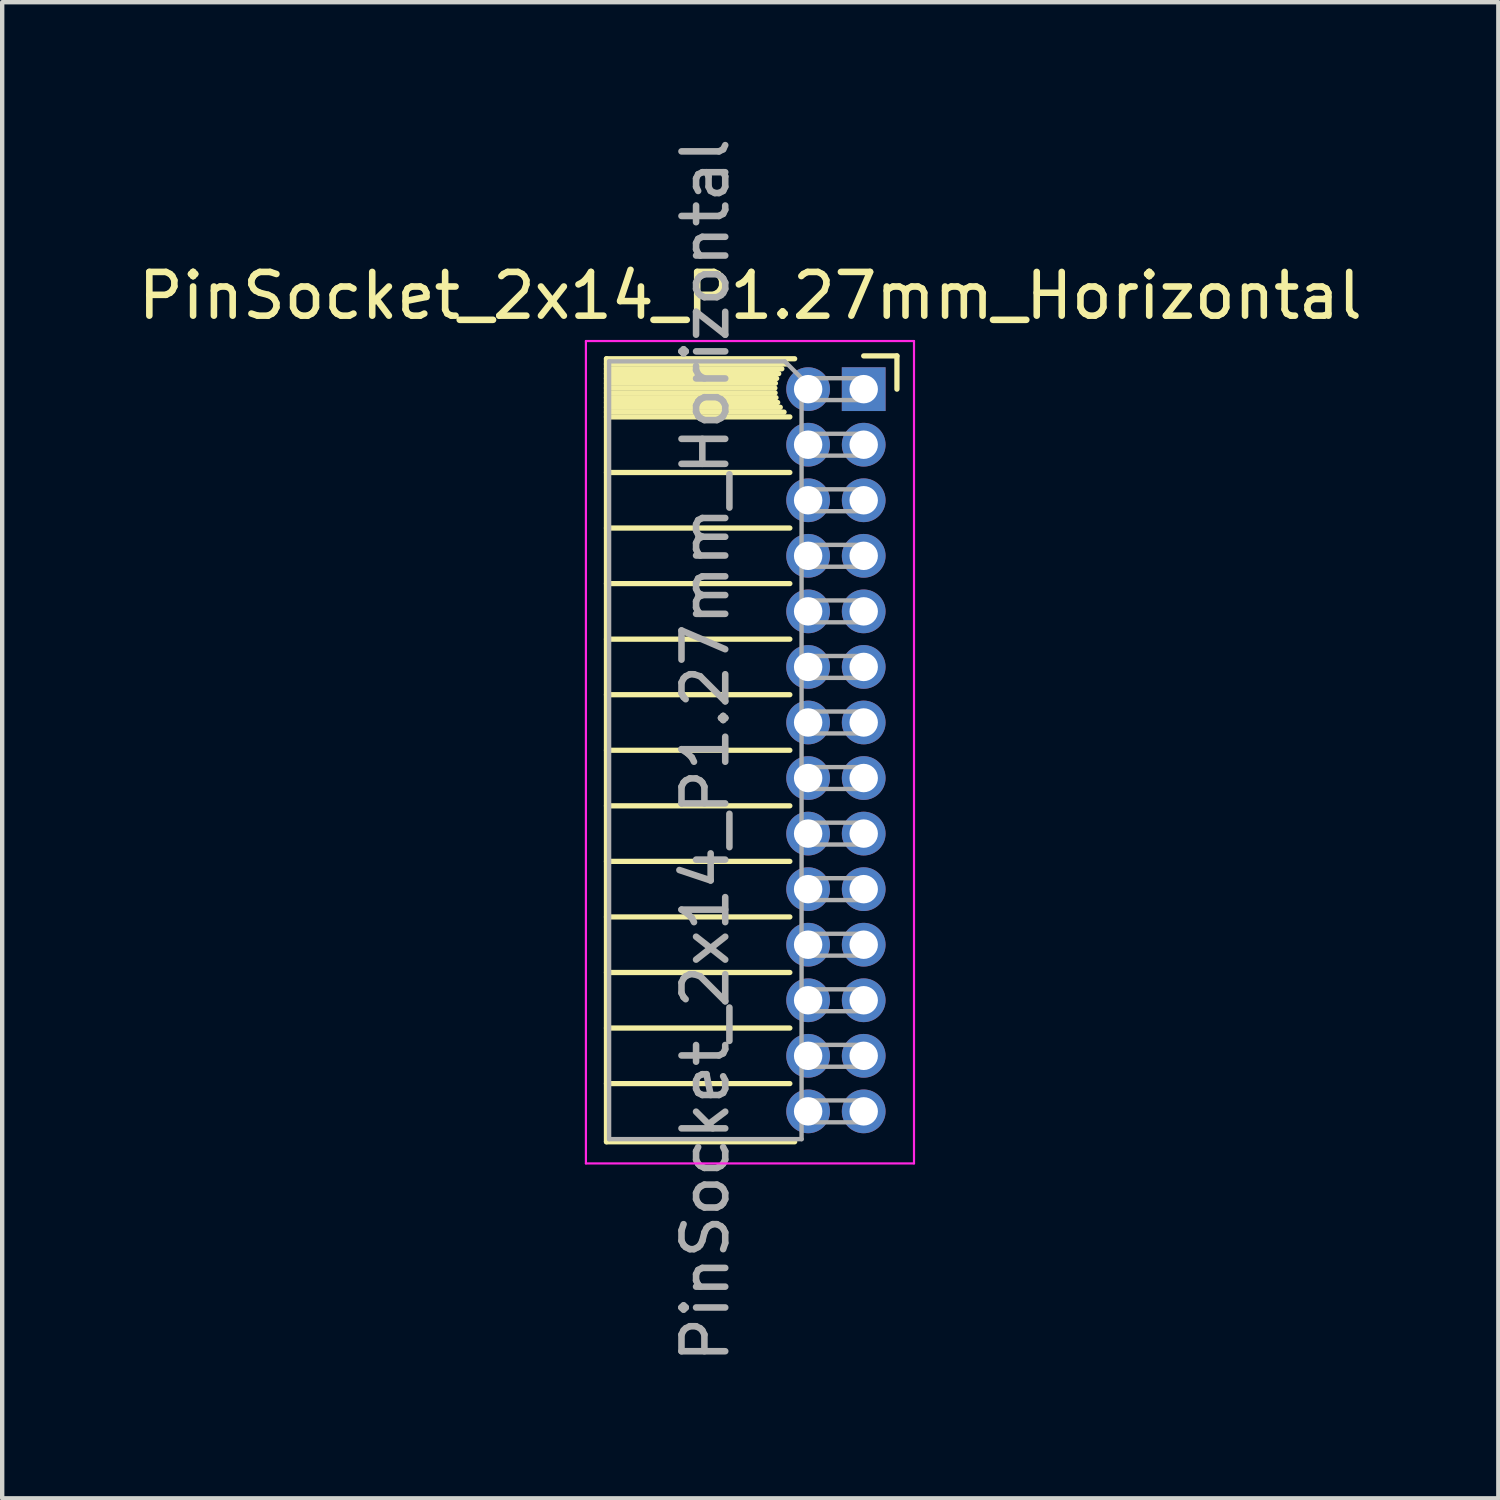
<source format=kicad_pcb>
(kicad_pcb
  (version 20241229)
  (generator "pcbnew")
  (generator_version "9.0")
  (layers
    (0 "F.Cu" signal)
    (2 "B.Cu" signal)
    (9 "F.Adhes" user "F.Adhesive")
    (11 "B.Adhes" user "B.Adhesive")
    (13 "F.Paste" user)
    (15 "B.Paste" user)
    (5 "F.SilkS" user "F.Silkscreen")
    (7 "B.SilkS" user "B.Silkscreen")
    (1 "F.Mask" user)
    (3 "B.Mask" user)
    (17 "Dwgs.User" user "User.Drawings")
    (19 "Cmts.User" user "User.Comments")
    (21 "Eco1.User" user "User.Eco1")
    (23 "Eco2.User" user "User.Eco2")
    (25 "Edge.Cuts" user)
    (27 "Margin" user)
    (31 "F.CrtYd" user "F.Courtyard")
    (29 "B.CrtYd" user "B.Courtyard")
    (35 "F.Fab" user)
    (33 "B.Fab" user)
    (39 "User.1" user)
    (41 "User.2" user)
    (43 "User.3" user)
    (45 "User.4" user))
  (footprint "PinSocket_2x14_P1.27mm_Horizontal"
    (layer "F.Cu")
    (at 16.694 5.846)
    (property "Reference" "PinSocket_2x14_P1.27mm_Horizontal" (at -2.592 -2.135 0) (layer "F.SilkS") (effects (font (size 1 1) (thickness 0.15))))
    (attr through_hole)
    (fp_line (start -5.88 -0.695) (end -5.88 17.205) (stroke (width 0.12) (type solid)) (layer "F.SilkS"))
    (fp_line (start -5.88 -0.695) (end -1.578 -0.695) (stroke (width 0.12) (type solid)) (layer "F.SilkS"))
    (fp_line (start -5.88 -0.575) (end -1.767 -0.575) (stroke (width 0.12) (type solid)) (layer "F.SilkS"))
    (fp_line (start -5.88 -0.465) (end -1.871 -0.465) (stroke (width 0.12) (type solid)) (layer "F.SilkS"))
    (fp_line (start -5.88 -0.355) (end -1.942 -0.355) (stroke (width 0.12) (type solid)) (layer "F.SilkS"))
    (fp_line (start -5.88 -0.245) (end -1.989 -0.245) (stroke (width 0.12) (type solid)) (layer "F.SilkS"))
    (fp_line (start -5.88 -0.135) (end -2.018 -0.135) (stroke (width 0.12) (type solid)) (layer "F.SilkS"))
    (fp_line (start -5.88 -0.025) (end -2.03 -0.025) (stroke (width 0.12) (type solid)) (layer "F.SilkS"))
    (fp_line (start -5.88 0.085) (end -2.025 0.085) (stroke (width 0.12) (type solid)) (layer "F.SilkS"))
    (fp_line (start -5.88 0.195) (end -2.005 0.195) (stroke (width 0.12) (type solid)) (layer "F.SilkS"))
    (fp_line (start -5.88 0.305) (end -1.966 0.305) (stroke (width 0.12) (type solid)) (layer "F.SilkS"))
    (fp_line (start -5.88 0.415) (end -1.907 0.415) (stroke (width 0.12) (type solid)) (layer "F.SilkS"))
    (fp_line (start -5.88 0.525) (end -1.82 0.525) (stroke (width 0.12) (type solid)) (layer "F.SilkS"))
    (fp_line (start -5.88 0.635) (end -1.688 0.635) (stroke (width 0.12) (type solid)) (layer "F.SilkS"))
    (fp_line (start -5.88 1.905) (end -1.688 1.905) (stroke (width 0.12) (type solid)) (layer "F.SilkS"))
    (fp_line (start -5.88 3.175) (end -1.688 3.175) (stroke (width 0.12) (type solid)) (layer "F.SilkS"))
    (fp_line (start -5.88 4.445) (end -1.688 4.445) (stroke (width 0.12) (type solid)) (layer "F.SilkS"))
    (fp_line (start -5.88 5.715) (end -1.688 5.715) (stroke (width 0.12) (type solid)) (layer "F.SilkS"))
    (fp_line (start -5.88 6.985) (end -1.688 6.985) (stroke (width 0.12) (type solid)) (layer "F.SilkS"))
    (fp_line (start -5.88 8.255) (end -1.688 8.255) (stroke (width 0.12) (type solid)) (layer "F.SilkS"))
    (fp_line (start -5.88 9.525) (end -1.688 9.525) (stroke (width 0.12) (type solid)) (layer "F.SilkS"))
    (fp_line (start -5.88 10.795) (end -1.688 10.795) (stroke (width 0.12) (type solid)) (layer "F.SilkS"))
    (fp_line (start -5.88 12.065) (end -1.688 12.065) (stroke (width 0.12) (type solid)) (layer "F.SilkS"))
    (fp_line (start -5.88 13.335) (end -1.688 13.335) (stroke (width 0.12) (type solid)) (layer "F.SilkS"))
    (fp_line (start -5.88 14.605) (end -1.688 14.605) (stroke (width 0.12) (type solid)) (layer "F.SilkS"))
    (fp_line (start -5.88 15.875) (end -1.688 15.875) (stroke (width 0.12) (type solid)) (layer "F.SilkS"))
    (fp_line (start -5.88 17.205) (end -1.578 17.205) (stroke (width 0.12) (type solid)) (layer "F.SilkS"))
    (fp_line (start 0 -0.76) (end 0.76 -0.76) (stroke (width 0.12) (type solid)) (layer "F.SilkS"))
    (fp_line (start 0.76 -0.76) (end 0.76 0) (stroke (width 0.12) (type solid)) (layer "F.SilkS"))
    (fp_line (start -6.35 -1.1) (end -6.35 17.7) (stroke (width 0.05) (type solid)) (layer "F.CrtYd"))
    (fp_line (start -6.35 17.7) (end 1.15 17.7) (stroke (width 0.05) (type solid)) (layer "F.CrtYd"))
    (fp_line (start 1.15 -1.1) (end -6.35 -1.1) (stroke (width 0.05) (type solid)) (layer "F.CrtYd"))
    (fp_line (start 1.15 17.7) (end 1.15 -1.1) (stroke (width 0.05) (type solid)) (layer "F.CrtYd"))
    (fp_line (start -5.82 -0.635) (end -1.805 -0.635) (stroke (width 0.1) (type solid)) (layer "F.Fab"))
    (fp_line (start -5.82 17.145) (end -5.82 -0.635) (stroke (width 0.1) (type solid)) (layer "F.Fab"))
    (fp_line (start -1.805 -0.635) (end -1.42 -0.25) (stroke (width 0.1) (type solid)) (layer "F.Fab"))
    (fp_line (start -1.42 -0.25) (end -1.42 17.145) (stroke (width 0.1) (type solid)) (layer "F.Fab"))
    (fp_line (start -1.42 0.25) (end 0 0.25) (stroke (width 0.1) (type solid)) (layer "F.Fab"))
    (fp_line (start -1.42 1.52) (end 0 1.52) (stroke (width 0.1) (type solid)) (layer "F.Fab"))
    (fp_line (start -1.42 2.79) (end 0 2.79) (stroke (width 0.1) (type solid)) (layer "F.Fab"))
    (fp_line (start -1.42 4.06) (end 0 4.06) (stroke (width 0.1) (type solid)) (layer "F.Fab"))
    (fp_line (start -1.42 5.33) (end 0 5.33) (stroke (width 0.1) (type solid)) (layer "F.Fab"))
    (fp_line (start -1.42 6.6) (end 0 6.6) (stroke (width 0.1) (type solid)) (layer "F.Fab"))
    (fp_line (start -1.42 7.87) (end 0 7.87) (stroke (width 0.1) (type solid)) (layer "F.Fab"))
    (fp_line (start -1.42 9.14) (end 0 9.14) (stroke (width 0.1) (type solid)) (layer "F.Fab"))
    (fp_line (start -1.42 10.41) (end 0 10.41) (stroke (width 0.1) (type solid)) (layer "F.Fab"))
    (fp_line (start -1.42 11.68) (end 0 11.68) (stroke (width 0.1) (type solid)) (layer "F.Fab"))
    (fp_line (start -1.42 12.95) (end 0 12.95) (stroke (width 0.1) (type solid)) (layer "F.Fab"))
    (fp_line (start -1.42 14.22) (end 0 14.22) (stroke (width 0.1) (type solid)) (layer "F.Fab"))
    (fp_line (start -1.42 15.49) (end 0 15.49) (stroke (width 0.1) (type solid)) (layer "F.Fab"))
    (fp_line (start -1.42 16.76) (end 0 16.76) (stroke (width 0.1) (type solid)) (layer "F.Fab"))
    (fp_line (start -1.42 17.145) (end -5.82 17.145) (stroke (width 0.1) (type solid)) (layer "F.Fab"))
    (fp_line (start 0 -0.25) (end -1.42 -0.25) (stroke (width 0.1) (type solid)) (layer "F.Fab"))
    (fp_line (start 0 0.25) (end 0 -0.25) (stroke (width 0.1) (type solid)) (layer "F.Fab"))
    (fp_line (start 0 1.02) (end -1.42 1.02) (stroke (width 0.1) (type solid)) (layer "F.Fab"))
    (fp_line (start 0 1.52) (end 0 1.02) (stroke (width 0.1) (type solid)) (layer "F.Fab"))
    (fp_line (start 0 2.29) (end -1.42 2.29) (stroke (width 0.1) (type solid)) (layer "F.Fab"))
    (fp_line (start 0 2.79) (end 0 2.29) (stroke (width 0.1) (type solid)) (layer "F.Fab"))
    (fp_line (start 0 3.56) (end -1.42 3.56) (stroke (width 0.1) (type solid)) (layer "F.Fab"))
    (fp_line (start 0 4.06) (end 0 3.56) (stroke (width 0.1) (type solid)) (layer "F.Fab"))
    (fp_line (start 0 4.83) (end -1.42 4.83) (stroke (width 0.1) (type solid)) (layer "F.Fab"))
    (fp_line (start 0 5.33) (end 0 4.83) (stroke (width 0.1) (type solid)) (layer "F.Fab"))
    (fp_line (start 0 6.1) (end -1.42 6.1) (stroke (width 0.1) (type solid)) (layer "F.Fab"))
    (fp_line (start 0 6.6) (end 0 6.1) (stroke (width 0.1) (type solid)) (layer "F.Fab"))
    (fp_line (start 0 7.37) (end -1.42 7.37) (stroke (width 0.1) (type solid)) (layer "F.Fab"))
    (fp_line (start 0 7.87) (end 0 7.37) (stroke (width 0.1) (type solid)) (layer "F.Fab"))
    (fp_line (start 0 8.64) (end -1.42 8.64) (stroke (width 0.1) (type solid)) (layer "F.Fab"))
    (fp_line (start 0 9.14) (end 0 8.64) (stroke (width 0.1) (type solid)) (layer "F.Fab"))
    (fp_line (start 0 9.91) (end -1.42 9.91) (stroke (width 0.1) (type solid)) (layer "F.Fab"))
    (fp_line (start 0 10.41) (end 0 9.91) (stroke (width 0.1) (type solid)) (layer "F.Fab"))
    (fp_line (start 0 11.18) (end -1.42 11.18) (stroke (width 0.1) (type solid)) (layer "F.Fab"))
    (fp_line (start 0 11.68) (end 0 11.18) (stroke (width 0.1) (type solid)) (layer "F.Fab"))
    (fp_line (start 0 12.45) (end -1.42 12.45) (stroke (width 0.1) (type solid)) (layer "F.Fab"))
    (fp_line (start 0 12.95) (end 0 12.45) (stroke (width 0.1) (type solid)) (layer "F.Fab"))
    (fp_line (start 0 13.72) (end -1.42 13.72) (stroke (width 0.1) (type solid)) (layer "F.Fab"))
    (fp_line (start 0 14.22) (end 0 13.72) (stroke (width 0.1) (type solid)) (layer "F.Fab"))
    (fp_line (start 0 14.99) (end -1.42 14.99) (stroke (width 0.1) (type solid)) (layer "F.Fab"))
    (fp_line (start 0 15.49) (end 0 14.99) (stroke (width 0.1) (type solid)) (layer "F.Fab"))
    (fp_line (start 0 16.26) (end -1.42 16.26) (stroke (width 0.1) (type solid)) (layer "F.Fab"))
    (fp_line (start 0 16.76) (end 0 16.26) (stroke (width 0.1) (type solid)) (layer "F.Fab"))
    (fp_text user "${REFERENCE}" (at -3.62 8.255 90) (layer "F.Fab") (effects (font (size 1 1) (thickness 0.15))))
    (pad "1" thru_hole rect (at 0 0) (size 1 1) (drill 0.65) (layers "*.Cu" "*.Mask"))
    (pad "2" thru_hole oval (at -1.27 0) (size 1 1) (drill 0.65) (layers "*.Cu" "*.Mask"))
    (pad "3" thru_hole oval (at 0 1.27) (size 1 1) (drill 0.65) (layers "*.Cu" "*.Mask"))
    (pad "4" thru_hole oval (at -1.27 1.27) (size 1 1) (drill 0.65) (layers "*.Cu" "*.Mask"))
    (pad "5" thru_hole oval (at 0 2.54) (size 1 1) (drill 0.65) (layers "*.Cu" "*.Mask"))
    (pad "6" thru_hole oval (at -1.27 2.54) (size 1 1) (drill 0.65) (layers "*.Cu" "*.Mask"))
    (pad "7" thru_hole oval (at 0 3.81) (size 1 1) (drill 0.65) (layers "*.Cu" "*.Mask"))
    (pad "8" thru_hole oval (at -1.27 3.81) (size 1 1) (drill 0.65) (layers "*.Cu" "*.Mask"))
    (pad "9" thru_hole oval (at 0 5.08) (size 1 1) (drill 0.65) (layers "*.Cu" "*.Mask"))
    (pad "10" thru_hole oval (at -1.27 5.08) (size 1 1) (drill 0.65) (layers "*.Cu" "*.Mask"))
    (pad "11" thru_hole oval (at 0 6.35) (size 1 1) (drill 0.65) (layers "*.Cu" "*.Mask"))
    (pad "12" thru_hole oval (at -1.27 6.35) (size 1 1) (drill 0.65) (layers "*.Cu" "*.Mask"))
    (pad "13" thru_hole oval (at 0 7.62) (size 1 1) (drill 0.65) (layers "*.Cu" "*.Mask"))
    (pad "14" thru_hole oval (at -1.27 7.62) (size 1 1) (drill 0.65) (layers "*.Cu" "*.Mask"))
    (pad "15" thru_hole oval (at 0 8.89) (size 1 1) (drill 0.65) (layers "*.Cu" "*.Mask"))
    (pad "16" thru_hole oval (at -1.27 8.89) (size 1 1) (drill 0.65) (layers "*.Cu" "*.Mask"))
    (pad "17" thru_hole oval (at 0 10.16) (size 1 1) (drill 0.65) (layers "*.Cu" "*.Mask"))
    (pad "18" thru_hole oval (at -1.27 10.16) (size 1 1) (drill 0.65) (layers "*.Cu" "*.Mask"))
    (pad "19" thru_hole oval (at 0 11.43) (size 1 1) (drill 0.65) (layers "*.Cu" "*.Mask"))
    (pad "20" thru_hole oval (at -1.27 11.43) (size 1 1) (drill 0.65) (layers "*.Cu" "*.Mask"))
    (pad "21" thru_hole oval (at 0 12.7) (size 1 1) (drill 0.65) (layers "*.Cu" "*.Mask"))
    (pad "22" thru_hole oval (at -1.27 12.7) (size 1 1) (drill 0.65) (layers "*.Cu" "*.Mask"))
    (pad "23" thru_hole oval (at 0 13.97) (size 1 1) (drill 0.65) (layers "*.Cu" "*.Mask"))
    (pad "24" thru_hole oval (at -1.27 13.97) (size 1 1) (drill 0.65) (layers "*.Cu" "*.Mask"))
    (pad "25" thru_hole oval (at 0 15.24) (size 1 1) (drill 0.65) (layers "*.Cu" "*.Mask"))
    (pad "26" thru_hole oval (at -1.27 15.24) (size 1 1) (drill 0.65) (layers "*.Cu" "*.Mask"))
    (pad "27" thru_hole oval (at 0 16.51) (size 1 1) (drill 0.65) (layers "*.Cu" "*.Mask"))
    (pad "28" thru_hole oval (at -1.27 16.51) (size 1 1) (drill 0.65) (layers "*.Cu" "*.Mask")))
  (gr_rect
    (start -3 -3)
    (end 31.202 31.202)
    (stroke (width 0.1) (type default))
    (fill no)
    (layer "Edge.Cuts")))
</source>
